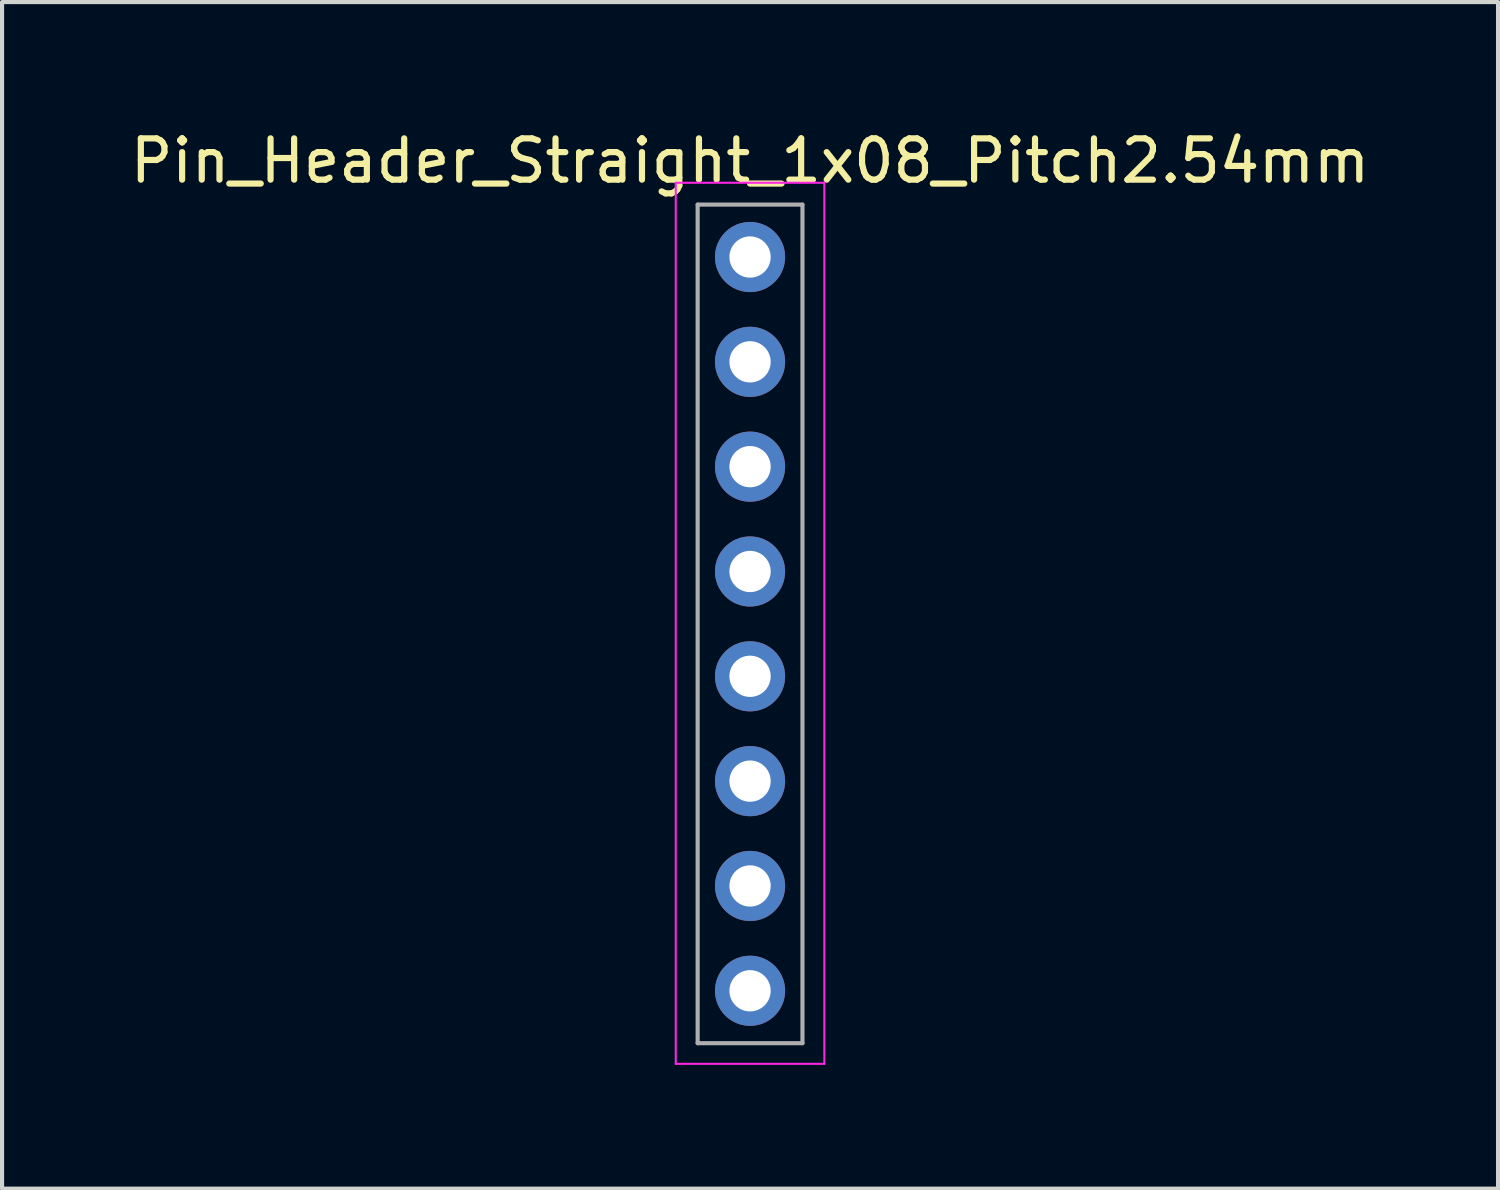
<source format=kicad_pcb>
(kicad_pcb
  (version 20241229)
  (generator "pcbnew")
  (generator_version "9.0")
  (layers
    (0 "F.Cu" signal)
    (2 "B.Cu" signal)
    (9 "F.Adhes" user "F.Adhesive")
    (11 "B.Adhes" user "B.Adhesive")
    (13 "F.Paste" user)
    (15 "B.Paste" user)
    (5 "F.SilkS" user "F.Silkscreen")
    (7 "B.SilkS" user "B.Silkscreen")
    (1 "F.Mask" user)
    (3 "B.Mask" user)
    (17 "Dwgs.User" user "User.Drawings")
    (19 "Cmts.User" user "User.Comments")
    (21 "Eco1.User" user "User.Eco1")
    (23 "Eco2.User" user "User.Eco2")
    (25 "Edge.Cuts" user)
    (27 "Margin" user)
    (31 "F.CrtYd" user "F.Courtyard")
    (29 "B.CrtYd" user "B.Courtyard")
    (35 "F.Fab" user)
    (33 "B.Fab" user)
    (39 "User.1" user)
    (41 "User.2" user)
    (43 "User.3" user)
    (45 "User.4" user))
  (footprint "Pin_Header_Straight_1x08_Pitch2.54mm"
    (layer "F.Cu")
    (at 15.125 3.178)
    (property "Reference" "Pin_Header_Straight_1x08_Pitch2.54mm" (at 0 -2.33 0) (layer "F.SilkS") (effects (font (size 1 1) (thickness 0.15))))
    (attr through_hole)
    (fp_line (start -1.8 -1.8) (end -1.8 19.55) (stroke (width 0.05) (type solid)) (layer "F.CrtYd"))
    (fp_line (start -1.8 19.55) (end 1.8 19.55) (stroke (width 0.05) (type solid)) (layer "F.CrtYd"))
    (fp_line (start 1.8 -1.8) (end -1.8 -1.8) (stroke (width 0.05) (type solid)) (layer "F.CrtYd"))
    (fp_line (start 1.8 19.55) (end 1.8 -1.8) (stroke (width 0.05) (type solid)) (layer "F.CrtYd"))
    (fp_line (start -1.27 -1.27) (end -1.27 19.05) (stroke (width 0.1) (type solid)) (layer "F.Fab"))
    (fp_line (start -1.27 19.05) (end 1.27 19.05) (stroke (width 0.1) (type solid)) (layer "F.Fab"))
    (fp_line (start 1.27 -1.27) (end -1.27 -1.27) (stroke (width 0.1) (type solid)) (layer "F.Fab"))
    (fp_line (start 1.27 19.05) (end 1.27 -1.27) (stroke (width 0.1) (type solid)) (layer "F.Fab"))
    (pad "1" thru_hole circle (at 0 0) (size 1.7 1.7) (drill 1) (layers "*.Cu" "*.Mask"))
    (pad "2" thru_hole oval (at 0 2.54) (size 1.7 1.7) (drill 1) (layers "*.Cu" "*.Mask"))
    (pad "3" thru_hole oval (at 0 5.08) (size 1.7 1.7) (drill 1) (layers "*.Cu" "*.Mask"))
    (pad "4" thru_hole oval (at 0 7.62) (size 1.7 1.7) (drill 1) (layers "*.Cu" "*.Mask"))
    (pad "5" thru_hole oval (at 0 10.16) (size 1.7 1.7) (drill 1) (layers "*.Cu" "*.Mask"))
    (pad "6" thru_hole oval (at 0 12.7) (size 1.7 1.7) (drill 1) (layers "*.Cu" "*.Mask"))
    (pad "7" thru_hole oval (at 0 15.24) (size 1.7 1.7) (drill 1) (layers "*.Cu" "*.Mask"))
    (pad "8" thru_hole oval (at 0 17.78) (size 1.7 1.7) (drill 1) (layers "*.Cu" "*.Mask")))
  (gr_rect
    (start -3 -3)
    (end 33.25 25.753)
    (stroke (width 0.1) (type default))
    (fill no)
    (layer "Edge.Cuts")))
</source>
